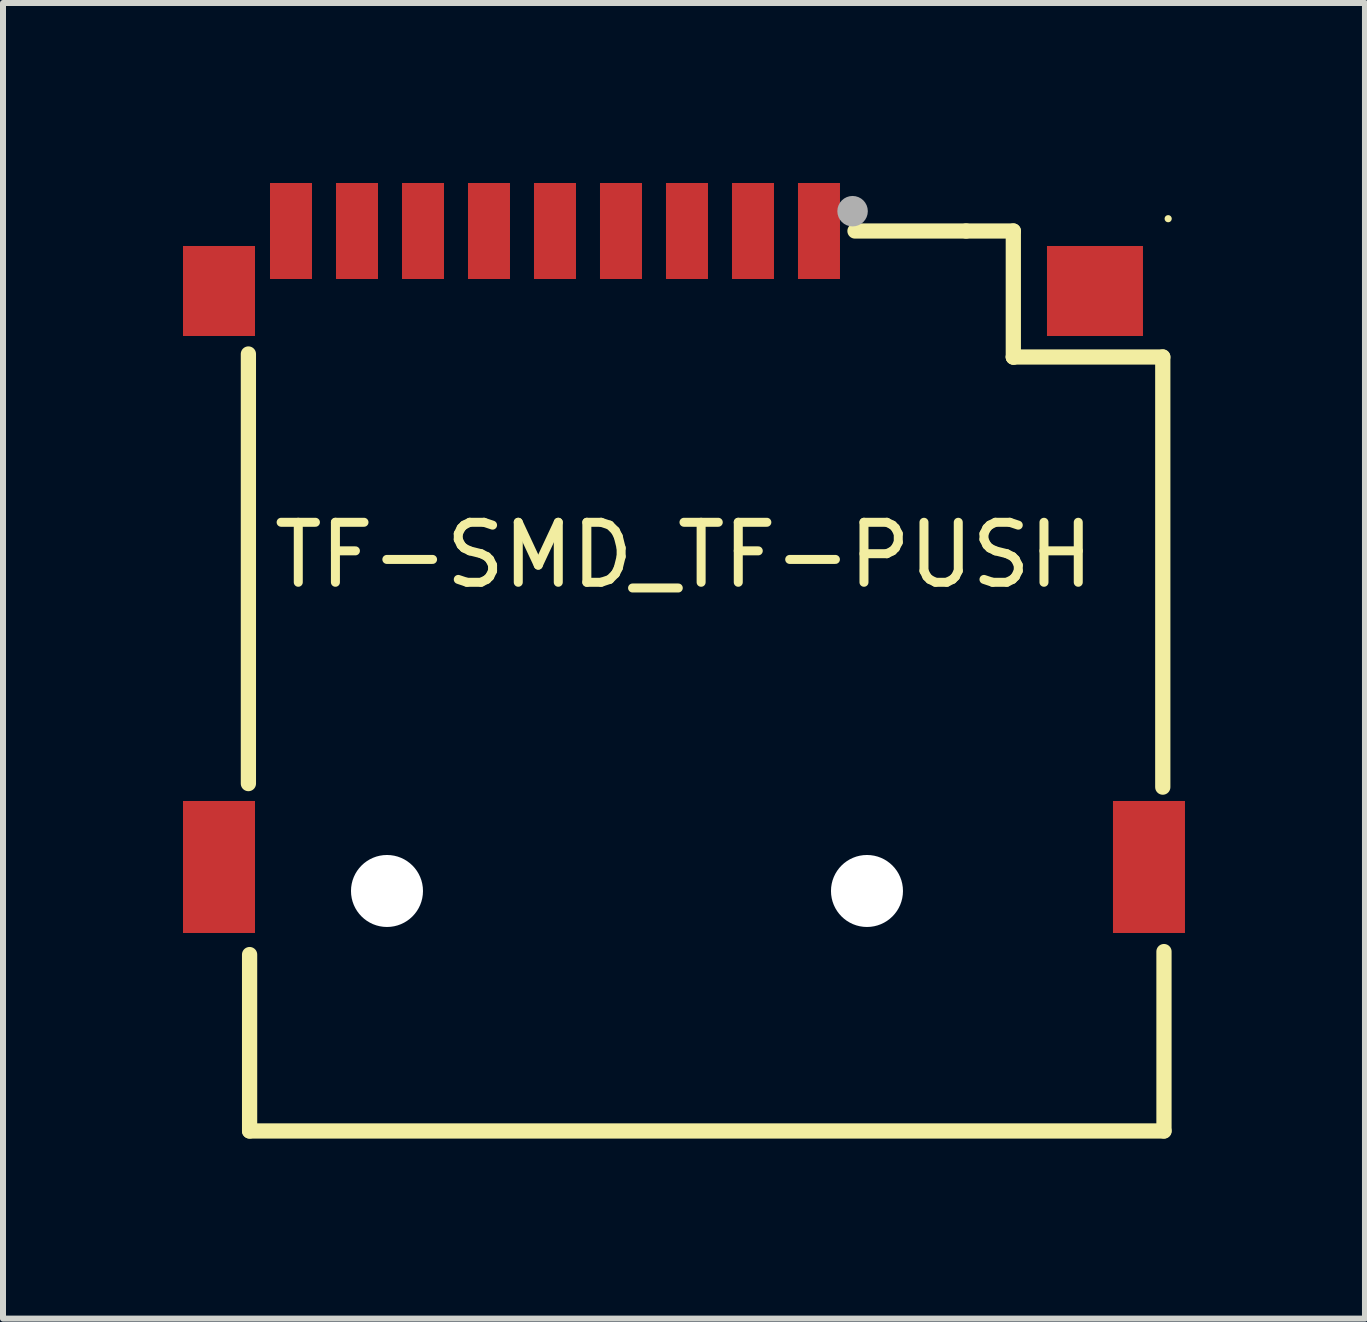
<source format=kicad_pcb>
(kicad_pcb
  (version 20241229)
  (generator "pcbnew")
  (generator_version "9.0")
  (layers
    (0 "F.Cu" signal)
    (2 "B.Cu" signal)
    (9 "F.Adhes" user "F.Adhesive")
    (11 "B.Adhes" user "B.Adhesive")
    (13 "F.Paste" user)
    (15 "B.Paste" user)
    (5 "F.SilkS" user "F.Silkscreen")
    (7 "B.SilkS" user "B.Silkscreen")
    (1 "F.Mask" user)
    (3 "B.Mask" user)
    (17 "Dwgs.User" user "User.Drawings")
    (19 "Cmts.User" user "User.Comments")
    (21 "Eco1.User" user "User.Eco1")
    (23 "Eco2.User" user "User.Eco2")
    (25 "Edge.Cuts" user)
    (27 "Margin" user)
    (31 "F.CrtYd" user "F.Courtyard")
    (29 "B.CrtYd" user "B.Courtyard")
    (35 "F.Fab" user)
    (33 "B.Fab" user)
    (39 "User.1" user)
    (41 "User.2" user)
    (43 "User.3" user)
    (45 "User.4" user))
  (footprint "TF-SMD_TF-PUSH"
    (layer "F.Cu")
    (at 8.35 6.1)
    (property "Reference" "TF-SMD_TF-PUSH" (at 0 0.1 0) (layer "F.SilkS") (effects (font (size 1 1) (thickness 0.15))))
    (attr smd)
    (fp_line (start -7.26 -3.25) (end -7.26 3.91) (stroke (width 0.254) (type solid)) (layer "F.SilkS"))
    (fp_line (start -7.24 9.7) (end -7.24 6.76) (stroke (width 0.254) (type solid)) (layer "F.SilkS"))
    (fp_line (start -7.24 9.7) (end 8 9.7) (stroke (width 0.254) (type solid)) (layer "F.SilkS"))
    (fp_line (start 4.702 -5.3) (end 5.489 -5.3) (stroke (width 0.254) (type solid)) (layer "F.SilkS"))
    (fp_line (start 4.702 -5.3) (end 2.85 -5.3) (stroke (width 0.254) (type solid)) (layer "F.SilkS"))
    (fp_line (start 5.489 -5.3) (end 5.489 -3.199) (stroke (width 0.254) (type solid)) (layer "F.SilkS"))
    (fp_line (start 5.489 -3.199) (end 5.5 -3.2) (stroke (width 0.254) (type solid)) (layer "F.SilkS"))
    (fp_line (start 7.98 -3.2) (end 5.49 -3.2) (stroke (width 0.254) (type solid)) (layer "F.SilkS"))
    (fp_line (start 7.98 3.969) (end 7.98 -3.2) (stroke (width 0.254) (type solid)) (layer "F.SilkS"))
    (fp_line (start 8 9.7) (end 8 6.71) (stroke (width 0.254) (type solid)) (layer "F.SilkS"))
    (fp_circle (center 8.07 -5.505) (end 8.1 -5.505) (stroke (width 0.06) (type solid)) (fill no) (layer "F.SilkS"))
    (fp_circle (center -4.95 5.7) (end -4.75 5.7) (stroke (width 0.4) (type solid)) (fill no) (layer "F.Fab"))
    (fp_circle (center 2.81 -5.63) (end 2.937 -5.63) (stroke (width 0.254) (type solid)) (fill no) (layer "F.Fab"))
    (fp_circle (center 3.05 5.7) (end 3.25 5.7) (stroke (width 0.4) (type solid)) (fill no) (layer "F.Fab"))
    (pad "" np_thru_hole circle (at -4.95 5.7) (size 1.2 1.2) (drill 1.2) (layers "*.Cu" "*.Mask"))
    (pad "" np_thru_hole circle (at 3.05 5.7) (size 1.2 1.2) (drill 1.2) (layers "*.Cu" "*.Mask"))
    (pad "1" smd rect (at 2.25 -5.3) (size 0.7 1.6) (layers "F.Cu" "F.Mask" "F.Paste"))
    (pad "2" smd rect (at 1.15 -5.3) (size 0.7 1.6) (layers "F.Cu" "F.Mask" "F.Paste"))
    (pad "3" smd rect (at 0.05 -5.3) (size 0.7 1.6) (layers "F.Cu" "F.Mask" "F.Paste"))
    (pad "4" smd rect (at -1.05 -5.3) (size 0.7 1.6) (layers "F.Cu" "F.Mask" "F.Paste"))
    (pad "5" smd rect (at -2.15 -5.3) (size 0.7 1.6) (layers "F.Cu" "F.Mask" "F.Paste"))
    (pad "6" smd rect (at -3.25 -5.3) (size 0.7 1.6) (layers "F.Cu" "F.Mask" "F.Paste"))
    (pad "7" smd rect (at -4.35 -5.3) (size 0.7 1.6) (layers "F.Cu" "F.Mask" "F.Paste"))
    (pad "8" smd rect (at -5.45 -5.3) (size 0.7 1.6) (layers "F.Cu" "F.Mask" "F.Paste"))
    (pad "9" smd rect (at -6.55 -5.3) (size 0.7 1.6) (layers "F.Cu" "F.Mask" "F.Paste"))
    (pad "10" smd rect (at -7.75 -4.3) (size 1.2 1.5) (layers "F.Cu" "F.Mask" "F.Paste"))
    (pad "11" smd rect (at -7.75 5.3) (size 1.2 2.2) (layers "F.Cu" "F.Mask" "F.Paste"))
    (pad "12" smd rect (at 7.75 5.3) (size 1.2 2.2) (layers "F.Cu" "F.Mask" "F.Paste"))
    (pad "13" smd rect (at 6.85 -4.3) (size 1.6 1.5) (layers "F.Cu" "F.Mask" "F.Paste")))
  (gr_rect
    (start -3 -3)
    (end 19.7 18.927)
    (stroke (width 0.1) (type default))
    (fill no)
    (layer "Edge.Cuts")))
</source>
